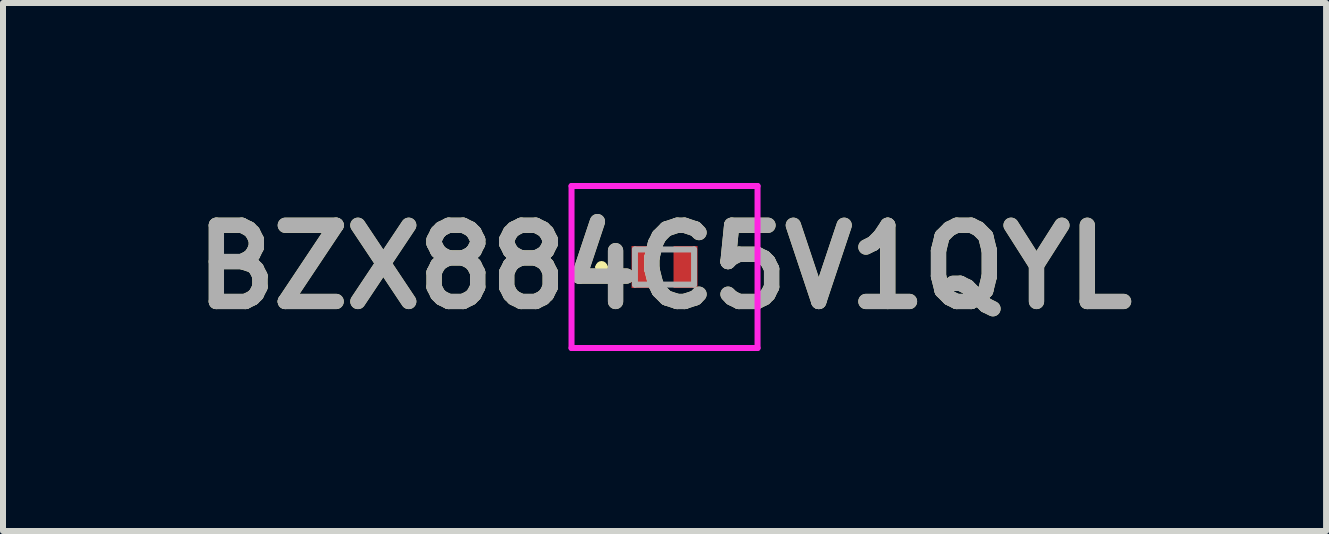
<source format=kicad_pcb>
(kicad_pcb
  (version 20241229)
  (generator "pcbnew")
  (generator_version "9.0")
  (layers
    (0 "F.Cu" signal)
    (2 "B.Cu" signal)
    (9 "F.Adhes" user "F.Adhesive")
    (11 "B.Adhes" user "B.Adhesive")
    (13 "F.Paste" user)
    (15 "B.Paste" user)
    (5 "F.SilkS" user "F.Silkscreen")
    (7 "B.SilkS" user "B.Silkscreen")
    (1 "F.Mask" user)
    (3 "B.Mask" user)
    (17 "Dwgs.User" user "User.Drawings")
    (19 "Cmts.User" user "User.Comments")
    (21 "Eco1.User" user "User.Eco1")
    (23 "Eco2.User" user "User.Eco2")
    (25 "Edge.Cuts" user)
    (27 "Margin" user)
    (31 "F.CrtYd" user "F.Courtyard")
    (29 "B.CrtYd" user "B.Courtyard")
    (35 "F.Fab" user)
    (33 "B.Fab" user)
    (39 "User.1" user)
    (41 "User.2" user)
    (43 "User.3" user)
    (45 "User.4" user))
  (footprint "BZX884C5V1QYL"
    (layer "F.Cu")
    (at 8.025 1.4)
    (property "Reference" "BZX884C5V1QYL" (at 0 0 0) (layer "F.SilkS") (effects (font (size 1.27 1.27) (thickness 0.254))))
    (attr smd)
    (fp_line (start -1.1 0) (end -1.1 0) (stroke (width 0.1) (type solid)) (layer "F.SilkS"))
    (fp_line (start -1.1 0) (end -1.1 0) (stroke (width 0.1) (type solid)) (layer "F.SilkS"))
    (fp_line (start -1 0) (end -1 0) (stroke (width 0.1) (type solid)) (layer "F.SilkS"))
    (fp_arc (start -1.1 0) (mid -1.05 -0.05) (end -1 0) (stroke (width 0.1) (type solid)) (layer "F.SilkS"))
    (fp_arc (start -1 0) (mid -1.05 0.05) (end -1.1 0) (stroke (width 0.1) (type solid)) (layer "F.SilkS"))
    (fp_arc (start -1 0) (mid -1.05 0.05) (end -1.1 0) (stroke (width 0.1) (type solid)) (layer "F.SilkS"))
    (fp_line (start -1.55 -1.35) (end 1.55 -1.35) (stroke (width 0.1) (type solid)) (layer "F.CrtYd"))
    (fp_line (start -1.55 1.35) (end -1.55 -1.35) (stroke (width 0.1) (type solid)) (layer "F.CrtYd"))
    (fp_line (start 1.55 -1.35) (end 1.55 1.35) (stroke (width 0.1) (type solid)) (layer "F.CrtYd"))
    (fp_line (start 1.55 1.35) (end -1.55 1.35) (stroke (width 0.1) (type solid)) (layer "F.CrtYd"))
    (fp_line (start -0.493 -0.293) (end -0.493 0.293) (stroke (width 0.1) (type solid)) (layer "F.Fab"))
    (fp_line (start -0.493 0.293) (end 0.492 0.293) (stroke (width 0.1) (type solid)) (layer "F.Fab"))
    (fp_line (start 0.492 -0.293) (end -0.493 -0.293) (stroke (width 0.1) (type solid)) (layer "F.Fab"))
    (fp_line (start 0.492 0.293) (end 0.492 -0.293) (stroke (width 0.1) (type solid)) (layer "F.Fab"))
    (fp_text user "${REFERENCE}" (at 0 0 0) (layer "F.Fab") (effects (font (size 1.27 1.27) (thickness 0.254))))
    (pad "1" smd rect (at -0.35 0) (size 0.4 0.7) (layers "F.Cu" "F.Mask" "F.Paste"))
    (pad "2" smd rect (at 0.35 0) (size 0.4 0.7) (layers "F.Cu" "F.Mask" "F.Paste")))
  (gr_rect
    (start -3 -3)
    (end 19.05 5.8)
    (stroke (width 0.1) (type default))
    (fill no)
    (layer "Edge.Cuts")))
</source>
